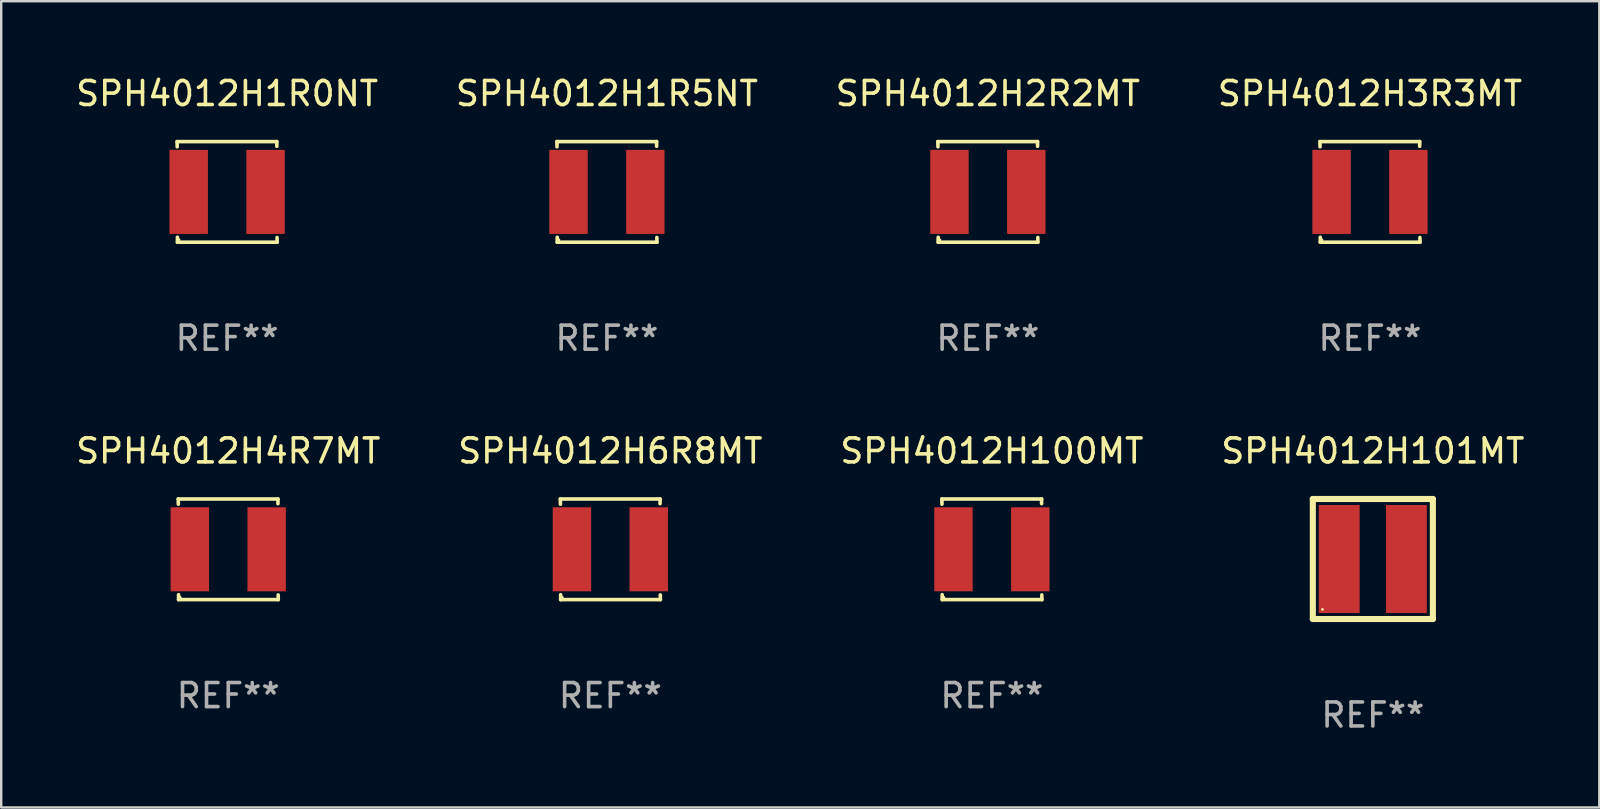
<source format=kicad_pcb>
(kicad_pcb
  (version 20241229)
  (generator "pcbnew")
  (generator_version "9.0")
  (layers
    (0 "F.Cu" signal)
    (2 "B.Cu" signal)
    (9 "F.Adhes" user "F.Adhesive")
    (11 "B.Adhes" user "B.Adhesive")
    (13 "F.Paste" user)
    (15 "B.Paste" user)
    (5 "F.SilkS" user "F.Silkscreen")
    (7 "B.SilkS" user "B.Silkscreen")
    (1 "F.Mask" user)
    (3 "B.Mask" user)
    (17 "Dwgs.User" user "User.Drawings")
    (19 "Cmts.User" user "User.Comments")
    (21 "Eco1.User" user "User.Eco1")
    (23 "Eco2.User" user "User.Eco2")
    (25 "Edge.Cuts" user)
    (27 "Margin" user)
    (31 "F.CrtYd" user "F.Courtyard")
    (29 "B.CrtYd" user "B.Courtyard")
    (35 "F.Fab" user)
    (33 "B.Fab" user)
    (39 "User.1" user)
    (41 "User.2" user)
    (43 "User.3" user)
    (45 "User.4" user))
  (footprint "SPH4012H1R5NT"
    (layer "F.Cu")
    (at 22.232 4.944)
    (property "Reference" "SPH4012H1R5NT" (at 0 -4.096 0) (layer "F.SilkS") (effects (font (size 1 1) (thickness 0.15))))
    (attr through_hole)
    (fp_line (start -2.083 -2.096) (end -2.08 -1.88) (stroke (width 0.15) (type solid)) (layer "F.SilkS"))
    (fp_line (start -2.07 1.89) (end -2.07 2.096) (stroke (width 0.15) (type solid)) (layer "F.SilkS"))
    (fp_line (start -2.07 2.096) (end 2.083 2.096) (stroke (width 0.15) (type solid)) (layer "F.SilkS"))
    (fp_line (start 2.07 -1.9) (end 2.07 -2.096) (stroke (width 0.15) (type solid)) (layer "F.SilkS"))
    (fp_line (start 2.07 -2.096) (end -2.083 -2.096) (stroke (width 0.15) (type solid)) (layer "F.SilkS"))
    (fp_line (start 2.083 2.096) (end 2.08 1.9) (stroke (width 0.15) (type solid)) (layer "F.SilkS"))
    (fp_circle (center -2 2) (end -1.97 2) (stroke (width 0.06) (type solid)) (fill no) (layer "F.SilkS"))
    (fp_text user "REF**" (at 0 6.096 0) (layer "F.Fab") (effects (font (size 1 1) (thickness 0.15))))
    (pad "1" smd rect (at -1.6 -0.000343) (size 1.6 3.5) (layers "F.Cu" "F.Mask" "F.Paste"))
    (pad "2" smd rect (at 1.6 -0.000343) (size 1.6 3.5) (layers "F.Cu" "F.Mask" "F.Paste")))
  (footprint "SPH4012H6R8MT"
    (layer "F.Cu")
    (at 22.375 19.832)
    (property "Reference" "SPH4012H6R8MT" (at 0 -4.096 0) (layer "F.SilkS") (effects (font (size 1 1) (thickness 0.15))))
    (attr through_hole)
    (fp_line (start -2.083 -2.096) (end -2.08 -1.88) (stroke (width 0.15) (type solid)) (layer "F.SilkS"))
    (fp_line (start -2.07 1.89) (end -2.07 2.096) (stroke (width 0.15) (type solid)) (layer "F.SilkS"))
    (fp_line (start -2.07 2.096) (end 2.083 2.096) (stroke (width 0.15) (type solid)) (layer "F.SilkS"))
    (fp_line (start 2.07 -1.9) (end 2.07 -2.096) (stroke (width 0.15) (type solid)) (layer "F.SilkS"))
    (fp_line (start 2.07 -2.096) (end -2.083 -2.096) (stroke (width 0.15) (type solid)) (layer "F.SilkS"))
    (fp_line (start 2.083 2.096) (end 2.08 1.9) (stroke (width 0.15) (type solid)) (layer "F.SilkS"))
    (fp_circle (center -2 2) (end -1.97 2) (stroke (width 0.06) (type solid)) (fill no) (layer "F.SilkS"))
    (fp_text user "REF**" (at 0 6.096 0) (layer "F.Fab") (effects (font (size 1 1) (thickness 0.15))))
    (pad "1" smd rect (at -1.6 -0.000343) (size 1.6 3.5) (layers "F.Cu" "F.Mask" "F.Paste"))
    (pad "2" smd rect (at 1.6 -0.000343) (size 1.6 3.5) (layers "F.Cu" "F.Mask" "F.Paste")))
  (footprint "SPH4012H100MT"
    (layer "F.Cu")
    (at 38.268 19.832)
    (property "Reference" "SPH4012H100MT" (at 0 -4.096 0) (layer "F.SilkS") (effects (font (size 1 1) (thickness 0.15))))
    (attr through_hole)
    (fp_line (start -2.083 -2.096) (end -2.08 -1.88) (stroke (width 0.15) (type solid)) (layer "F.SilkS"))
    (fp_line (start -2.07 1.89) (end -2.07 2.096) (stroke (width 0.15) (type solid)) (layer "F.SilkS"))
    (fp_line (start -2.07 2.096) (end 2.083 2.096) (stroke (width 0.15) (type solid)) (layer "F.SilkS"))
    (fp_line (start 2.07 -1.9) (end 2.07 -2.096) (stroke (width 0.15) (type solid)) (layer "F.SilkS"))
    (fp_line (start 2.07 -2.096) (end -2.083 -2.096) (stroke (width 0.15) (type solid)) (layer "F.SilkS"))
    (fp_line (start 2.083 2.096) (end 2.08 1.9) (stroke (width 0.15) (type solid)) (layer "F.SilkS"))
    (fp_circle (center -2 2) (end -1.97 2) (stroke (width 0.06) (type solid)) (fill no) (layer "F.SilkS"))
    (fp_text user "REF**" (at 0 6.096 0) (layer "F.Fab") (effects (font (size 1 1) (thickness 0.15))))
    (pad "1" smd rect (at -1.6 -0.000343) (size 1.6 3.5) (layers "F.Cu" "F.Mask" "F.Paste"))
    (pad "2" smd rect (at 1.6 -0.000343) (size 1.6 3.5) (layers "F.Cu" "F.Mask" "F.Paste")))
  (footprint "SPH4012H101MT"
    (layer "F.Cu")
    (at 54.137 20.236)
    (property "Reference" "SPH4012H101MT" (at 0 -4.5 0) (layer "F.SilkS") (effects (font (size 1 1) (thickness 0.15))))
    (attr through_hole)
    (fp_line (start -2.5 -2.5) (end 2.5 -2.5) (stroke (width 0.254) (type solid)) (layer "F.SilkS"))
    (fp_line (start -2.5 2.5) (end -2.5 -2.5) (stroke (width 0.254) (type solid)) (layer "F.SilkS"))
    (fp_line (start 2.5 -2.5) (end 2.5 2.5) (stroke (width 0.254) (type solid)) (layer "F.SilkS"))
    (fp_line (start 2.5 2.5) (end -2.5 2.5) (stroke (width 0.254) (type solid)) (layer "F.SilkS"))
    (fp_circle (center -2.1 2.1) (end -2.07 2.1) (stroke (width 0.06) (type solid)) (fill no) (layer "F.SilkS"))
    (fp_text user "REF**" (at 0 6.5 0) (layer "F.Fab") (effects (font (size 1 1) (thickness 0.15))))
    (pad "1" smd rect (at -1.4 0 90) (size 4.5 1.7) (layers "F.Cu" "F.Mask" "F.Paste"))
    (pad "2" smd rect (at 1.4 0 90) (size 4.5 1.7) (layers "F.Cu" "F.Mask" "F.Paste")))
  (footprint "SPH4012H2R2MT"
    (layer "F.Cu")
    (at 38.101 4.944)
    (property "Reference" "SPH4012H2R2MT" (at 0 -4.096 0) (layer "F.SilkS") (effects (font (size 1 1) (thickness 0.15))))
    (attr through_hole)
    (fp_line (start -2.083 -2.096) (end -2.08 -1.88) (stroke (width 0.15) (type solid)) (layer "F.SilkS"))
    (fp_line (start -2.07 1.89) (end -2.07 2.096) (stroke (width 0.15) (type solid)) (layer "F.SilkS"))
    (fp_line (start -2.07 2.096) (end 2.083 2.096) (stroke (width 0.15) (type solid)) (layer "F.SilkS"))
    (fp_line (start 2.07 -1.9) (end 2.07 -2.096) (stroke (width 0.15) (type solid)) (layer "F.SilkS"))
    (fp_line (start 2.07 -2.096) (end -2.083 -2.096) (stroke (width 0.15) (type solid)) (layer "F.SilkS"))
    (fp_line (start 2.083 2.096) (end 2.08 1.9) (stroke (width 0.15) (type solid)) (layer "F.SilkS"))
    (fp_circle (center -2 2) (end -1.97 2) (stroke (width 0.06) (type solid)) (fill no) (layer "F.SilkS"))
    (fp_text user "REF**" (at 0 6.096 0) (layer "F.Fab") (effects (font (size 1 1) (thickness 0.15))))
    (pad "1" smd rect (at -1.6 -0.000343) (size 1.6 3.5) (layers "F.Cu" "F.Mask" "F.Paste"))
    (pad "2" smd rect (at 1.6 -0.000343) (size 1.6 3.5) (layers "F.Cu" "F.Mask" "F.Paste")))
  (footprint "SPH4012H1R0NT"
    (layer "F.Cu")
    (at 6.411 4.944)
    (property "Reference" "SPH4012H1R0NT" (at 0 -4.096 0) (layer "F.SilkS") (effects (font (size 1 1) (thickness 0.15))))
    (attr through_hole)
    (fp_line (start -2.083 -2.096) (end -2.08 -1.88) (stroke (width 0.15) (type solid)) (layer "F.SilkS"))
    (fp_line (start -2.07 1.89) (end -2.07 2.096) (stroke (width 0.15) (type solid)) (layer "F.SilkS"))
    (fp_line (start -2.07 2.096) (end 2.083 2.096) (stroke (width 0.15) (type solid)) (layer "F.SilkS"))
    (fp_line (start 2.07 -1.9) (end 2.07 -2.096) (stroke (width 0.15) (type solid)) (layer "F.SilkS"))
    (fp_line (start 2.07 -2.096) (end -2.083 -2.096) (stroke (width 0.15) (type solid)) (layer "F.SilkS"))
    (fp_line (start 2.083 2.096) (end 2.08 1.9) (stroke (width 0.15) (type solid)) (layer "F.SilkS"))
    (fp_circle (center -2 2) (end -1.97 2) (stroke (width 0.06) (type solid)) (fill no) (layer "F.SilkS"))
    (fp_text user "REF**" (at 0 6.096 0) (layer "F.Fab") (effects (font (size 1 1) (thickness 0.15))))
    (pad "1" smd rect (at -1.6 -0.000343) (size 1.6 3.5) (layers "F.Cu" "F.Mask" "F.Paste"))
    (pad "2" smd rect (at 1.6 -0.000343) (size 1.6 3.5) (layers "F.Cu" "F.Mask" "F.Paste")))
  (footprint "SPH4012H4R7MT"
    (layer "F.Cu")
    (at 6.458 19.832)
    (property "Reference" "SPH4012H4R7MT" (at 0 -4.096 0) (layer "F.SilkS") (effects (font (size 1 1) (thickness 0.15))))
    (attr through_hole)
    (fp_line (start -2.083 -2.096) (end -2.08 -1.88) (stroke (width 0.15) (type solid)) (layer "F.SilkS"))
    (fp_line (start -2.07 1.89) (end -2.07 2.096) (stroke (width 0.15) (type solid)) (layer "F.SilkS"))
    (fp_line (start -2.07 2.096) (end 2.083 2.096) (stroke (width 0.15) (type solid)) (layer "F.SilkS"))
    (fp_line (start 2.07 -1.9) (end 2.07 -2.096) (stroke (width 0.15) (type solid)) (layer "F.SilkS"))
    (fp_line (start 2.07 -2.096) (end -2.083 -2.096) (stroke (width 0.15) (type solid)) (layer "F.SilkS"))
    (fp_line (start 2.083 2.096) (end 2.08 1.9) (stroke (width 0.15) (type solid)) (layer "F.SilkS"))
    (fp_circle (center -2 2) (end -1.97 2) (stroke (width 0.06) (type solid)) (fill no) (layer "F.SilkS"))
    (fp_text user "REF**" (at 0 6.096 0) (layer "F.Fab") (effects (font (size 1 1) (thickness 0.15))))
    (pad "1" smd rect (at -1.6 -0.000343) (size 1.6 3.5) (layers "F.Cu" "F.Mask" "F.Paste"))
    (pad "2" smd rect (at 1.6 -0.000343) (size 1.6 3.5) (layers "F.Cu" "F.Mask" "F.Paste")))
  (footprint "SPH4012H3R3MT"
    (layer "F.Cu")
    (at 54.018 4.944)
    (property "Reference" "SPH4012H3R3MT" (at 0 -4.096 0) (layer "F.SilkS") (effects (font (size 1 1) (thickness 0.15))))
    (attr through_hole)
    (fp_line (start -2.083 -2.096) (end -2.08 -1.88) (stroke (width 0.15) (type solid)) (layer "F.SilkS"))
    (fp_line (start -2.07 1.89) (end -2.07 2.096) (stroke (width 0.15) (type solid)) (layer "F.SilkS"))
    (fp_line (start -2.07 2.096) (end 2.083 2.096) (stroke (width 0.15) (type solid)) (layer "F.SilkS"))
    (fp_line (start 2.07 -1.9) (end 2.07 -2.096) (stroke (width 0.15) (type solid)) (layer "F.SilkS"))
    (fp_line (start 2.07 -2.096) (end -2.083 -2.096) (stroke (width 0.15) (type solid)) (layer "F.SilkS"))
    (fp_line (start 2.083 2.096) (end 2.08 1.9) (stroke (width 0.15) (type solid)) (layer "F.SilkS"))
    (fp_circle (center -2 2) (end -1.97 2) (stroke (width 0.06) (type solid)) (fill no) (layer "F.SilkS"))
    (fp_text user "REF**" (at 0 6.096 0) (layer "F.Fab") (effects (font (size 1 1) (thickness 0.15))))
    (pad "1" smd rect (at -1.6 -0.000343) (size 1.6 3.5) (layers "F.Cu" "F.Mask" "F.Paste"))
    (pad "2" smd rect (at 1.6 -0.000343) (size 1.6 3.5) (layers "F.Cu" "F.Mask" "F.Paste")))
  (gr_rect
    (start -3 -3)
    (end 63.571 30.585)
    (stroke (width 0.1) (type default))
    (fill no)
    (layer "Edge.Cuts")))
</source>
